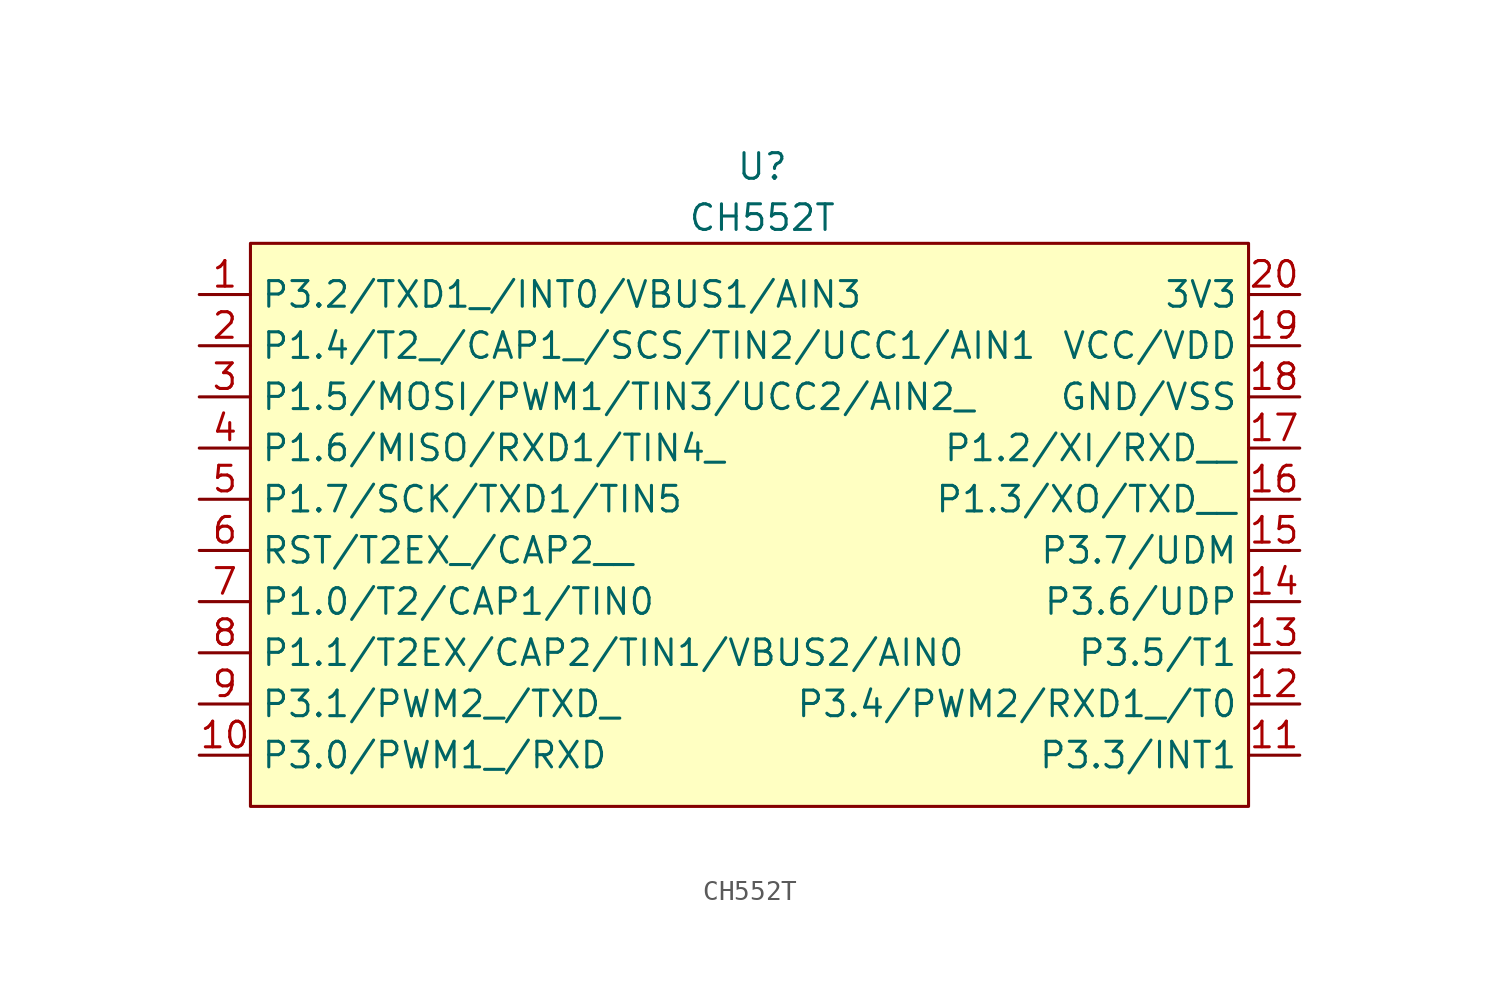
<source format=kicad_sym>
(kicad_symbol_lib
  (version 20220914)
  (generator kicad_symbol_editor)
  (symbol "CH552T"
    (property "Reference" "U"
      (at 0 17.78 0)
      (effects (font (size 1.27 1.27))))
    (property "Value" "CH552T"
      (at 0 15.24 0)
      (effects (font (size 1.27 1.27))))
    (symbol "CH552T_1_1"
      (rectangle (start -25.4 13.97) (end 24.13 -13.97) (stroke (width 0) (type default)) (fill (type background)))
      (pin bidirectional line (at -27.94 11.43 0) (length 2.54) (name "P3.2/TXD1_/INT0/VBUS1/AIN3" (effects (font (size 1.27 1.27)))) (number "1" (effects (font (size 1.27 1.27)))))
      (pin bidirectional line (at -27.94 -11.43 0) (length 2.54) (name "P3.0/PWM1_/RXD" (effects (font (size 1.27 1.27)))) (number "10" (effects (font (size 1.27 1.27)))))
      (pin bidirectional line (at 26.67 -11.43 180) (length 2.54) (name "P3.3/INT1" (effects (font (size 1.27 1.27)))) (number "11" (effects (font (size 1.27 1.27)))))
      (pin bidirectional line (at 26.67 -8.89 180) (length 2.54) (name "P3.4/PWM2/RXD1_/T0" (effects (font (size 1.27 1.27)))) (number "12" (effects (font (size 1.27 1.27)))))
      (pin bidirectional line (at 26.67 -6.35 180) (length 2.54) (name "P3.5/T1" (effects (font (size 1.27 1.27)))) (number "13" (effects (font (size 1.27 1.27)))))
      (pin bidirectional line (at 26.67 -3.81 180) (length 2.54) (name "P3.6/UDP" (effects (font (size 1.27 1.27)))) (number "14" (effects (font (size 1.27 1.27)))))
      (pin bidirectional line (at 26.67 -1.27 180) (length 2.54) (name "P3.7/UDM" (effects (font (size 1.27 1.27)))) (number "15" (effects (font (size 1.27 1.27)))))
      (pin bidirectional line (at 26.67 1.27 180) (length 2.54) (name "P1.3/XO/TXD__" (effects (font (size 1.27 1.27)))) (number "16" (effects (font (size 1.27 1.27)))))
      (pin bidirectional line (at 26.67 3.81 180) (length 2.54) (name "P1.2/XI/RXD__" (effects (font (size 1.27 1.27)))) (number "17" (effects (font (size 1.27 1.27)))))
      (pin power_in line (at 26.67 6.35 180) (length 2.54) (name "GND/VSS" (effects (font (size 1.27 1.27)))) (number "18" (effects (font (size 1.27 1.27)))))
      (pin power_in line (at 26.67 8.89 180) (length 2.54) (name "VCC/VDD" (effects (font (size 1.27 1.27)))) (number "19" (effects (font (size 1.27 1.27)))))
      (pin bidirectional line (at -27.94 8.89 0) (length 2.54) (name "P1.4/T2_/CAP1_/SCS/TIN2/UCC1/AIN1" (effects (font (size 1.27 1.27)))) (number "2" (effects (font (size 1.27 1.27)))))
      (pin power_out line (at 26.67 11.43 180) (length 2.54) (name "3V3" (effects (font (size 1.27 1.27)))) (number "20" (effects (font (size 1.27 1.27)))))
      (pin bidirectional line (at -27.94 6.35 0) (length 2.54) (name "P1.5/MOSI/PWM1/TIN3/UCC2/AIN2_" (effects (font (size 1.27 1.27)))) (number "3" (effects (font (size 1.27 1.27)))))
      (pin bidirectional line (at -27.94 3.81 0) (length 2.54) (name "P1.6/MISO/RXD1/TIN4_" (effects (font (size 1.27 1.27)))) (number "4" (effects (font (size 1.27 1.27)))))
      (pin bidirectional line (at -27.94 1.27 0) (length 2.54) (name "P1.7/SCK/TXD1/TIN5" (effects (font (size 1.27 1.27)))) (number "5" (effects (font (size 1.27 1.27)))))
      (pin bidirectional line (at -27.94 -1.27 0) (length 2.54) (name "RST/T2EX_/CAP2__" (effects (font (size 1.27 1.27)))) (number "6" (effects (font (size 1.27 1.27)))))
      (pin bidirectional line (at -27.94 -3.81 0) (length 2.54) (name "P1.0/T2/CAP1/TIN0" (effects (font (size 1.27 1.27)))) (number "7" (effects (font (size 1.27 1.27)))))
      (pin bidirectional line (at -27.94 -6.35 0) (length 2.54) (name "P1.1/T2EX/CAP2/TIN1/VBUS2/AIN0" (effects (font (size 1.27 1.27)))) (number "8" (effects (font (size 1.27 1.27)))))
      (pin bidirectional line (at -27.94 -8.89 0) (length 2.54) (name "P3.1/PWM2_/TXD_" (effects (font (size 1.27 1.27)))) (number "9" (effects (font (size 1.27 1.27))))))))
</source>
